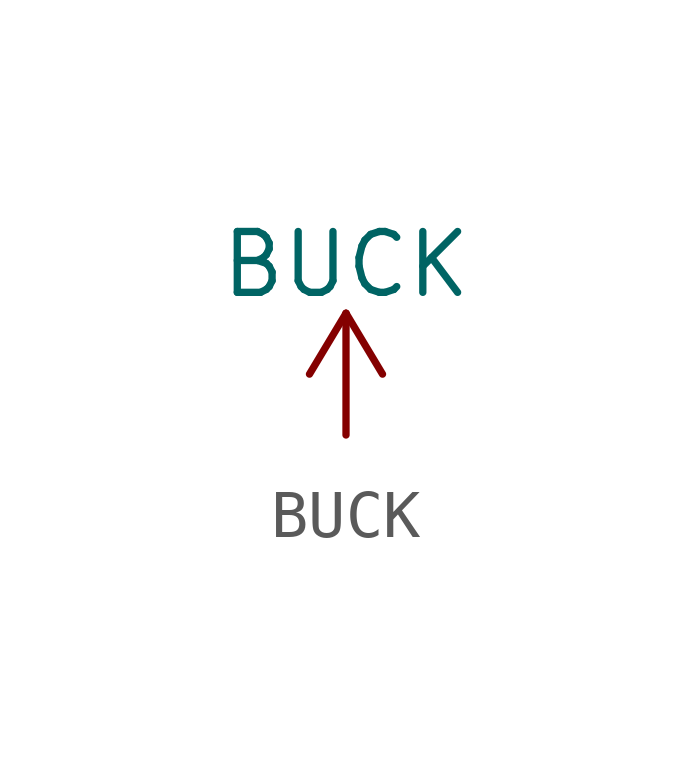
<source format=kicad_sym>
(kicad_symbol_lib
  (version 20220914)
  (generator kicad_symbol_editor)
  (symbol "BUCK"
    (power)
    (property "Reference" "#PWR?"
      (at -3.302 -2.54 0)
      (effects (font (size 1.27 1.27)) hide))
    (property "Value" "BUCK"
      (at 0 3.556 0)
      (effects (font (size 1.27 1.27))))
    (symbol "BUCK_0_1"
      (polyline (pts (xy -0.762 1.27) (xy 0 2.54)) (stroke (width 0) (type default)) (fill (type none)))
      (polyline (pts (xy 0 0) (xy 0 2.54)) (stroke (width 0) (type default)) (fill (type none)))
      (polyline (pts (xy 0 2.54) (xy 0.762 1.27)) (stroke (width 0) (type default)) (fill (type none))))
    (symbol "BUCK_1_1"
      (pin power_in line (at 0 0 90) (length 2.54) hide (name "BUCK" (effects (font (size 1.27 1.27)))) (number "1" (effects (font (size 1.27 1.27))))))))
</source>
